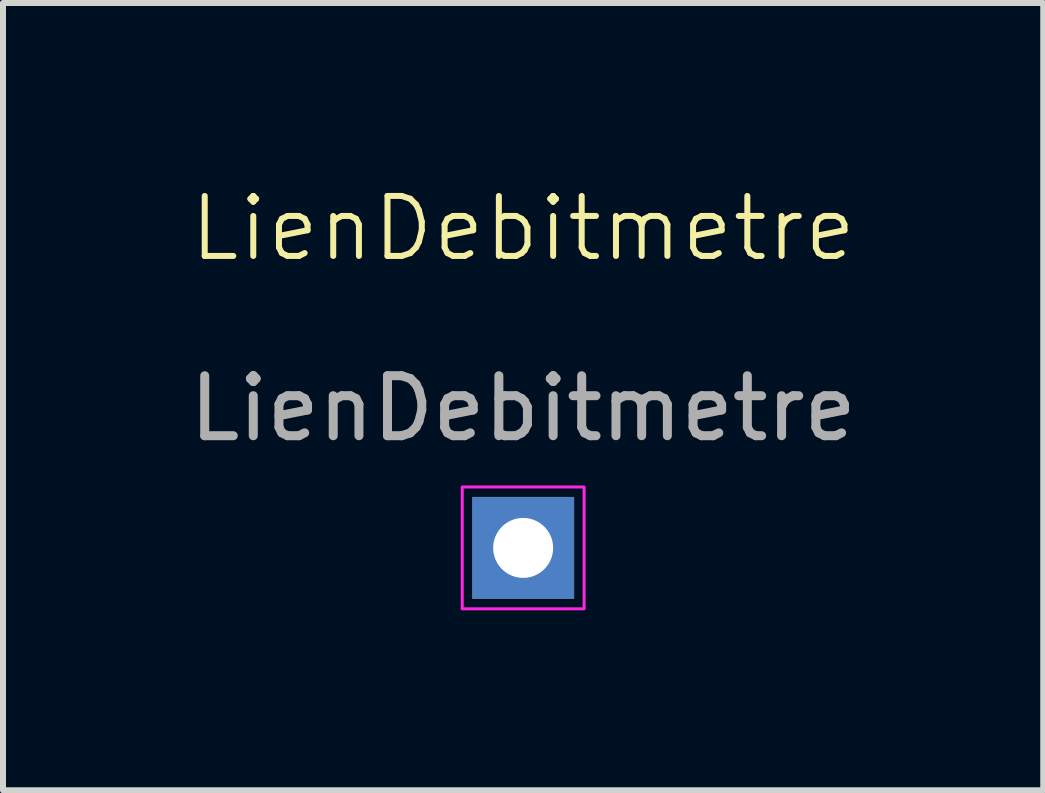
<source format=kicad_pcb>
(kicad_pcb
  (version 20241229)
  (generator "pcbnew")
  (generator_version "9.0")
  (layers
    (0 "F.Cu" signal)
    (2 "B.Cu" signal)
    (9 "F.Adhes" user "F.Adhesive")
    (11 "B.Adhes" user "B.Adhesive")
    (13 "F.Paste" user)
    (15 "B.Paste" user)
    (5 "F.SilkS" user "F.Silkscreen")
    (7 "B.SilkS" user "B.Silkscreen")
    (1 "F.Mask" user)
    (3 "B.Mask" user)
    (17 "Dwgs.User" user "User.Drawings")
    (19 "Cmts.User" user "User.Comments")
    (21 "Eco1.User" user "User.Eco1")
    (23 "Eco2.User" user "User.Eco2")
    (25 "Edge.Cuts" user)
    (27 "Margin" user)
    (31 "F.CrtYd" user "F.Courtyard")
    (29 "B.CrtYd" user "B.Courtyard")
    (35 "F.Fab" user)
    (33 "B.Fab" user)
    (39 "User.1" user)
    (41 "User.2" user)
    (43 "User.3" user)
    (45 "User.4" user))
  (footprint "LienDebitmetre"
    (layer "F.Cu")
    (at 5.673 1.26)
    (property "Reference" "LienDebitmetre" (at 0 -0.5 0) (unlocked yes) (layer "F.SilkS") (effects (font (size 1 1) (thickness 0.1))))
    (attr smd)
    (fp_rect (start -1.016 3.81) (end 1.016 5.842) (stroke (width 0.05) (type default)) (fill no) (layer "F.CrtYd"))
    (fp_text user "${REFERENCE}" (at 0 2.5 0) (unlocked yes) (layer "F.Fab") (effects (font (size 1 1) (thickness 0.15))))
    (pad "1" thru_hole rect (at 0 4.826) (size 1.7 1.7) (drill 1) (layers "*.Cu" "*.Mask")))
  (gr_rect
    (start -3 -3)
    (end 14.345 10.127)
    (stroke (width 0.1) (type default))
    (fill no)
    (layer "Edge.Cuts")))
</source>
